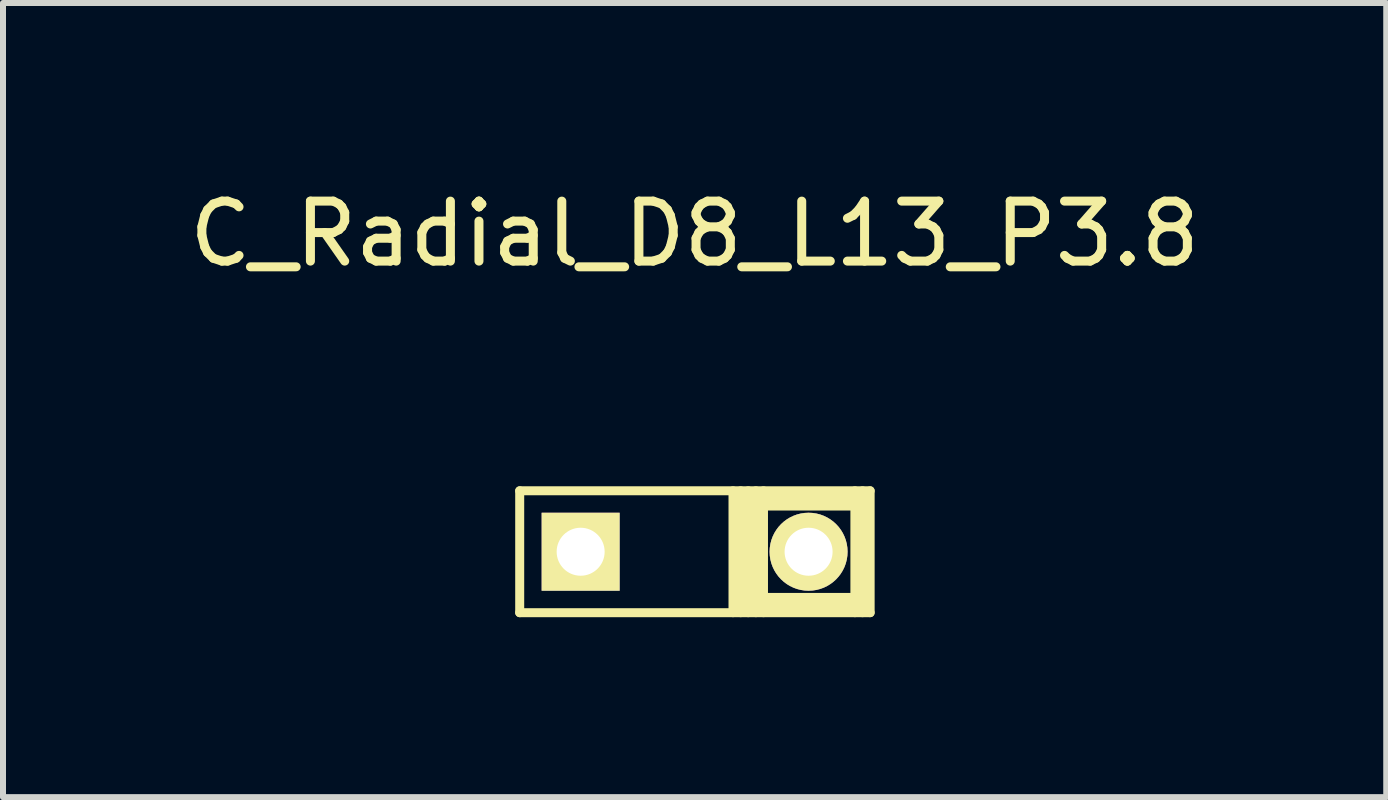
<source format=kicad_pcb>
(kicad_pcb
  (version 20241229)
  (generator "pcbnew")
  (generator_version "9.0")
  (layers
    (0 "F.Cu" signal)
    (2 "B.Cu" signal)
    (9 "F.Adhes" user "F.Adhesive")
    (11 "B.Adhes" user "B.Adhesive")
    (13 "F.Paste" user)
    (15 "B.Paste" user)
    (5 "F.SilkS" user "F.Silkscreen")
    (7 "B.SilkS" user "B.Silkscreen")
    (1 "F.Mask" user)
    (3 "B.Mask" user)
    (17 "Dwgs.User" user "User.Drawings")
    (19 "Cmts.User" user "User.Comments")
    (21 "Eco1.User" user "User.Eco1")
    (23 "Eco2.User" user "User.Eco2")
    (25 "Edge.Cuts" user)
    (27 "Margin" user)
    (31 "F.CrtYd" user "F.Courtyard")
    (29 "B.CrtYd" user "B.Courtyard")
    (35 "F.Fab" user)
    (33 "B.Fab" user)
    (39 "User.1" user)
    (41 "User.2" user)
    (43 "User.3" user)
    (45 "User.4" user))
  (footprint "C_Radial_D8_L13_P3.8"
    (layer "F.Cu")
    (at 6.63 6.148)
    (property "Reference" "C_Radial_D8_L13_P3.8" (at 1.9 -5.3 0) (layer "F.SilkS") (effects (font (size 1 1) (thickness 0.15))))
    (attr through_hole)
    (fp_line (start -1.016 -1.016) (end 4.826 -1.016) (stroke (width 0.15) (type solid)) (layer "F.SilkS"))
    (fp_line (start -1.016 1.016) (end -1.016 -1.016) (stroke (width 0.15) (type solid)) (layer "F.SilkS"))
    (fp_line (start 2.54 -1.016) (end 2.54 1.016) (stroke (width 0.15) (type solid)) (layer "F.SilkS"))
    (fp_line (start 2.667 -1.016) (end 2.667 1.016) (stroke (width 0.15) (type solid)) (layer "F.SilkS"))
    (fp_line (start 2.794 -1.016) (end 2.794 1.016) (stroke (width 0.15) (type solid)) (layer "F.SilkS"))
    (fp_line (start 2.921 -1.016) (end 2.921 1.016) (stroke (width 0.15) (type solid)) (layer "F.SilkS"))
    (fp_line (start 3.048 -1.016) (end 3.048 1.016) (stroke (width 0.15) (type solid)) (layer "F.SilkS"))
    (fp_line (start 3.048 -0.889) (end 4.572 -0.889) (stroke (width 0.15) (type solid)) (layer "F.SilkS"))
    (fp_line (start 3.048 0.762) (end 4.572 0.762) (stroke (width 0.15) (type solid)) (layer "F.SilkS"))
    (fp_line (start 3.048 0.889) (end 4.572 0.889) (stroke (width 0.15) (type solid)) (layer "F.SilkS"))
    (fp_line (start 4.572 -1.016) (end 4.572 1.016) (stroke (width 0.15) (type solid)) (layer "F.SilkS"))
    (fp_line (start 4.572 -0.762) (end 3.048 -0.762) (stroke (width 0.15) (type solid)) (layer "F.SilkS"))
    (fp_line (start 4.699 -1.016) (end 4.699 1.016) (stroke (width 0.15) (type solid)) (layer "F.SilkS"))
    (fp_line (start 4.826 -1.016) (end 4.826 1.016) (stroke (width 0.15) (type solid)) (layer "F.SilkS"))
    (fp_line (start 4.826 1.016) (end -1.016 1.016) (stroke (width 0.15) (type solid)) (layer "F.SilkS"))
    (pad "1" thru_hole rect (at 0 0) (size 1.3 1.3) (drill 0.8) (layers "*.Cu" "*.Mask" "F.SilkS"))
    (pad "2" thru_hole circle (at 3.8 0) (size 1.3 1.3) (drill 0.8) (layers "*.Cu" "*.Mask" "F.SilkS")))
  (gr_rect
    (start -3 -3)
    (end 20.06 10.239)
    (stroke (width 0.1) (type default))
    (fill no)
    (layer "Edge.Cuts")))
</source>
